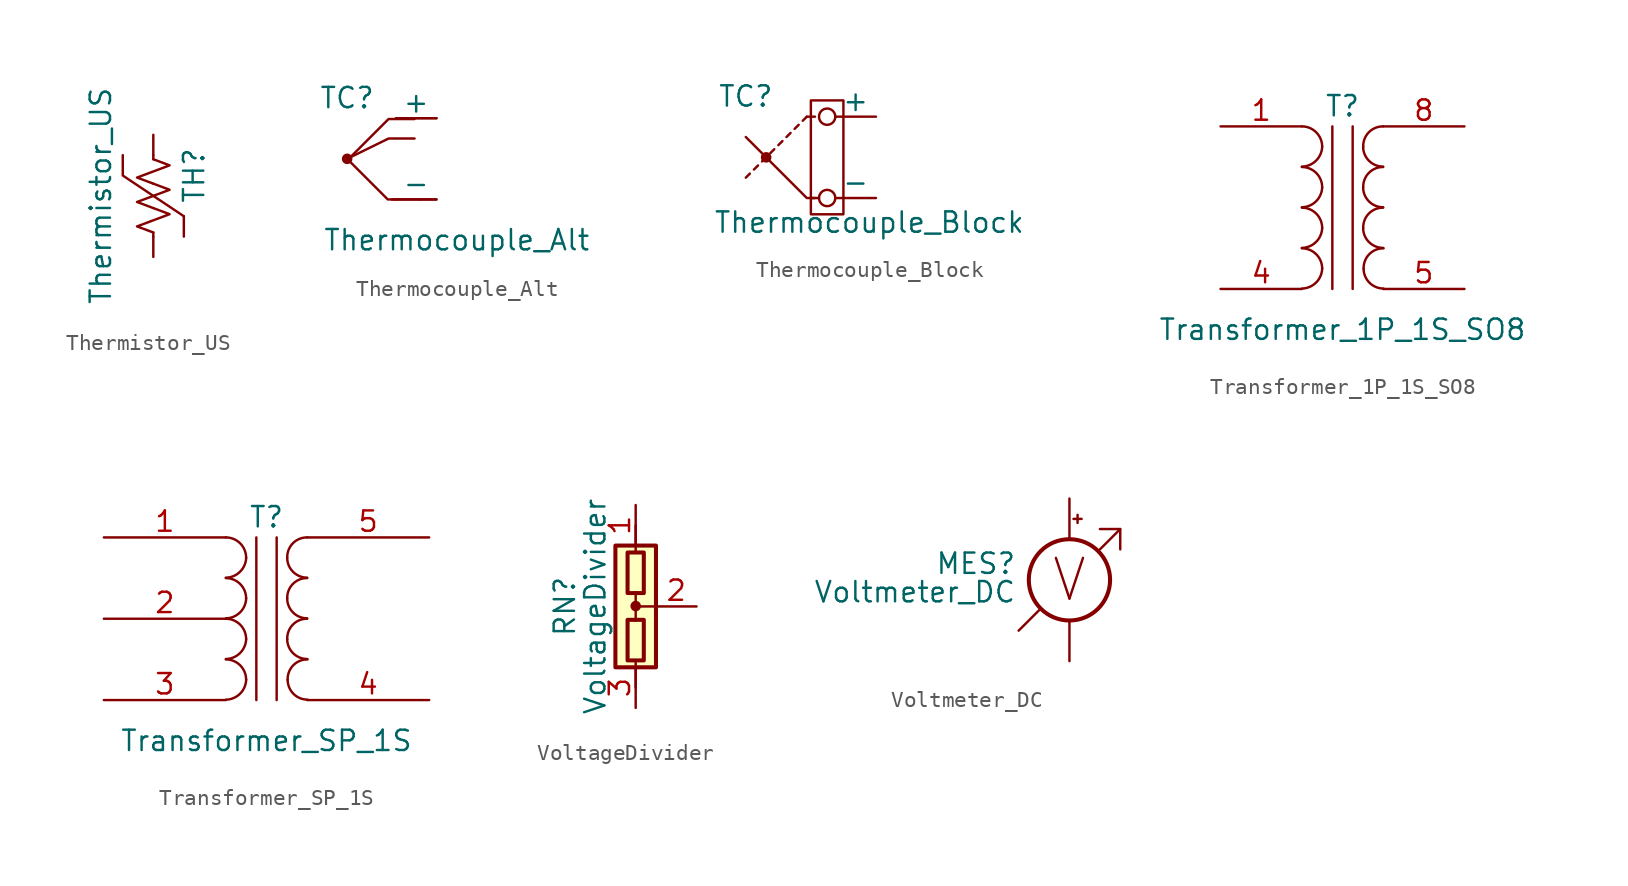
<source format=kicad_sym>
(kicad_symbol_lib
  (version 20211014)
  (generator kicad_symbol_editor)
  (symbol "Thermistor_US"
    (pin_numbers hide)
    (pin_names
      (offset 0))
    (property "Reference" "TH"
      (at 2.54 1.27 90)
      (effects (font (size 1.27 1.27))))
    (property "Value" "Thermistor_US"
      (at -2.54 0 90)
      (effects (font (size 1.27 1.27)) (justify bottom)))
    (symbol "Thermistor_US_0_1"
      (polyline (pts (xy 0 -2.286) (xy 0 -2.54)) (stroke (width 0) (type default) (color 0 0 0 0)) (fill (type none)))
      (polyline (pts (xy 0 2.286) (xy 0 2.54)) (stroke (width 0) (type default) (color 0 0 0 0)) (fill (type none)))
      (polyline (pts (xy 1.905 -1.27) (xy 1.905 -2.54)) (stroke (width 0) (type default) (color 0 0 0 0)) (fill (type none)))
      (polyline (pts (xy -1.905 2.54) (xy -1.905 1.27) (xy 1.905 -1.27)) (stroke (width 0) (type default) (color 0 0 0 0)) (fill (type none)))
      (polyline (pts (xy 0 -0.762) (xy 1.016 -1.143) (xy 0 -1.524) (xy -1.016 -1.905) (xy 0 -2.286)) (stroke (width 0) (type default) (color 0 0 0 0)) (fill (type none)))
      (polyline (pts (xy 0 0.762) (xy 1.016 0.381) (xy 0 0) (xy -1.016 -0.381) (xy 0 -0.762)) (stroke (width 0) (type default) (color 0 0 0 0)) (fill (type none)))
      (polyline (pts (xy 0 2.286) (xy 1.016 1.905) (xy 0 1.524) (xy -1.016 1.143) (xy 0 0.762)) (stroke (width 0) (type default) (color 0 0 0 0)) (fill (type none))))
    (symbol "Thermistor_US_1_1"
      (pin passive line (at 0 3.81 270) (length 1.27) (name "~" (effects (font (size 1.27 1.27)))) (number "1" (effects (font (size 1.27 1.27)))))
      (pin passive line (at 0 -3.81 90) (length 1.27) (name "~" (effects (font (size 1.27 1.27)))) (number "2" (effects (font (size 1.27 1.27)))))))
  (symbol "Thermocouple_Alt"
    (pin_numbers hide)
    (pin_names
      (offset 0))
    (property "Reference" "TC"
      (at -3.048 3.81 0)
      (effects (font (size 1.27 1.27))))
    (property "Value" "Thermocouple_Alt"
      (at -4.572 -5.08 0)
      (effects (font (size 1.27 1.27)) (justify left)))
    (symbol "Thermocouple_Alt_0_1"
      (circle (center -3.048 0) (radius 0.254) (stroke (width 0) (type default) (color 0 0 0 0)) (fill (type outline)))
      (polyline (pts (xy 0 -2.54) (xy -0.254 -2.54)) (stroke (width 0) (type default) (color 0 0 0 0)) (fill (type none)))
      (polyline (pts (xy 1.219 2.54) (xy 2.54 2.54)) (stroke (width 0) (type default) (color 0 0 0 0)) (fill (type none)))
      (polyline (pts (xy 1.524 -2.54) (xy 2.54 -2.54)) (stroke (width 0) (type default) (color 0 0 0 0)) (fill (type none)))
      (polyline (pts (xy 1.168 1.27) (xy -0.457 1.27) (xy -3.048 0)) (stroke (width 0) (type default) (color 0 0 0 0)) (fill (type none)))
      (polyline (pts (xy 1.168 2.489) (xy -0.457 2.489) (xy -2.997 -0.051)) (stroke (width 0) (type default) (color 0 0 0 0)) (fill (type none)))
      (polyline (pts (xy 1.524 -2.54) (xy -0.508 -2.54) (xy -3.048 0)) (stroke (width 0) (type default) (color 0 0 0 0)) (fill (type none))))
    (symbol "Thermocouple_Alt_1_1"
      (pin passive line (at 2.54 2.54 180) (length 2.54) (name "+" (effects (font (size 1.27 1.27)))) (number "1" (effects (font (size 1.27 1.27)))))
      (pin passive line (at 2.54 -2.54 180) (length 2.54) (name "-" (effects (font (size 1.27 1.27)))) (number "2" (effects (font (size 1.27 1.27)))))))
  (symbol "Thermocouple_Block"
    (pin_numbers hide)
    (pin_names
      (offset 0))
    (property "Reference" "TC"
      (at -3.048 3.81 0)
      (effects (font (size 1.27 1.27))))
    (property "Value" "Thermocouple_Block"
      (at -5.08 -4.064 0)
      (effects (font (size 1.27 1.27)) (justify left)))
    (symbol "Thermocouple_Block_0_1"
      (circle (center -1.778 0) (radius 0.254) (stroke (width 0) (type default) (color 0 0 0 0)) (fill (type outline)))
      (polyline (pts (xy -2.794 -1.016) (xy -3.048 -1.27)) (stroke (width 0) (type default) (color 0 0 0 0)) (fill (type none)))
      (polyline (pts (xy -2.286 -0.508) (xy -2.54 -0.762)) (stroke (width 0) (type default) (color 0 0 0 0)) (fill (type none)))
      (polyline (pts (xy -1.778 0) (xy -2.032 -0.254)) (stroke (width 0) (type default) (color 0 0 0 0)) (fill (type none)))
      (polyline (pts (xy -1.27 0.508) (xy -1.524 0.254)) (stroke (width 0) (type default) (color 0 0 0 0)) (fill (type none)))
      (polyline (pts (xy -0.762 1.016) (xy -1.016 0.762)) (stroke (width 0) (type default) (color 0 0 0 0)) (fill (type none)))
      (polyline (pts (xy -0.254 1.524) (xy -0.508 1.27)) (stroke (width 0) (type default) (color 0 0 0 0)) (fill (type none)))
      (polyline (pts (xy 0.254 2.032) (xy 0 1.778)) (stroke (width 0) (type default) (color 0 0 0 0)) (fill (type none)))
      (polyline (pts (xy 0.762 2.54) (xy 0.508 2.286)) (stroke (width 0) (type default) (color 0 0 0 0)) (fill (type none)))
      (polyline (pts (xy 1.27 -2.54) (xy 1.016 -2.54)) (stroke (width 0) (type default) (color 0 0 0 0)) (fill (type none)))
      (polyline (pts (xy 1.27 2.54) (xy 0.762 2.54)) (stroke (width 0) (type default) (color 0 0 0 0)) (fill (type none)))
      (polyline (pts (xy 1.524 -2.54) (xy 0.762 -2.54) (xy -3.048 1.27)) (stroke (width 0) (type default) (color 0 0 0 0)) (fill (type none)))
      (rectangle (start 1.016 3.556) (end 3.048 -3.556) (stroke (width 0) (type default) (color 0 0 0 0)) (fill (type none)))
      (circle (center 2.032 -2.54) (radius 0.508) (stroke (width 0) (type default) (color 0 0 0 0)) (fill (type none)))
      (circle (center 2.032 2.54) (radius 0.508) (stroke (width 0) (type default) (color 0 0 0 0)) (fill (type none))))
    (symbol "Thermocouple_Block_1_1"
      (pin passive line (at 5.08 2.54 180) (length 2.54) (name "+" (effects (font (size 1.27 1.27)))) (number "1" (effects (font (size 1.27 1.27)))))
      (pin passive line (at 5.08 -2.54 180) (length 2.54) (name "-" (effects (font (size 1.27 1.27)))) (number "2" (effects (font (size 1.27 1.27)))))))
  (symbol "Transformer_1P_1S_SO8"
    (pin_names
      (offset 1.016) hide)
    (property "Reference" "T"
      (at 0 6.35 0)
      (effects (font (size 1.27 1.27))))
    (property "Value" "Transformer_1P_1S_SO8"
      (at 0 -7.62 0)
      (effects (font (size 1.27 1.27))))
    (symbol "Transformer_1P_1S_SO8_0_1"
      (arc (start -2.54 -5.0546) (mid -1.6561 -4.6863) (end -1.27 -3.81) (stroke (width 0) (type default) (color 0 0 0 0)) (fill (type none)))
      (arc (start -2.54 -2.5146) (mid -1.6561 -2.1463) (end -1.27 -1.27) (stroke (width 0) (type default) (color 0 0 0 0)) (fill (type none)))
      (arc (start -2.54 0.0254) (mid -1.6561 0.3937) (end -1.27 1.27) (stroke (width 0) (type default) (color 0 0 0 0)) (fill (type none)))
      (arc (start -2.54 2.5654) (mid -1.6561 2.9337) (end -1.27 3.81) (stroke (width 0) (type default) (color 0 0 0 0)) (fill (type none)))
      (arc (start -1.27 -3.81) (mid -1.642 -2.912) (end -2.54 -2.54) (stroke (width 0) (type default) (color 0 0 0 0)) (fill (type none)))
      (arc (start -1.27 -1.27) (mid -1.642 -0.372) (end -2.54 0) (stroke (width 0) (type default) (color 0 0 0 0)) (fill (type none)))
      (arc (start -1.27 1.27) (mid -1.642 2.168) (end -2.54 2.54) (stroke (width 0) (type default) (color 0 0 0 0)) (fill (type none)))
      (arc (start -1.27 3.81) (mid -1.642 4.708) (end -2.54 5.08) (stroke (width 0) (type default) (color 0 0 0 0)) (fill (type none)))
      (polyline (pts (xy -0.635 5.08) (xy -0.635 -5.08)) (stroke (width 0) (type default) (color 0 0 0 0)) (fill (type none)))
      (polyline (pts (xy 0.635 -5.08) (xy 0.635 5.08)) (stroke (width 0) (type default) (color 0 0 0 0)) (fill (type none)))
      (arc (start 1.2954 -1.27) (mid 1.6599 -2.1501) (end 2.54 -2.5146) (stroke (width 0) (type default) (color 0 0 0 0)) (fill (type none)))
      (arc (start 1.2954 1.27) (mid 1.6599 0.3899) (end 2.54 0.0254) (stroke (width 0) (type default) (color 0 0 0 0)) (fill (type none)))
      (arc (start 1.2954 3.81) (mid 1.6599 2.9299) (end 2.54 2.5654) (stroke (width 0) (type default) (color 0 0 0 0)) (fill (type none)))
      (arc (start 1.3208 -3.81) (mid 1.6853 -4.6901) (end 2.5654 -5.0546) (stroke (width 0) (type default) (color 0 0 0 0)) (fill (type none)))
      (arc (start 2.54 0) (mid 1.6456 -0.3683) (end 1.2954 -1.27) (stroke (width 0) (type default) (color 0 0 0 0)) (fill (type none)))
      (arc (start 2.54 2.54) (mid 1.6456 2.1717) (end 1.2954 1.27) (stroke (width 0) (type default) (color 0 0 0 0)) (fill (type none)))
      (arc (start 2.54 5.08) (mid 1.6456 4.7117) (end 1.2954 3.81) (stroke (width 0) (type default) (color 0 0 0 0)) (fill (type none)))
      (arc (start 2.5654 -2.54) (mid 1.671 -2.9083) (end 1.3208 -3.81) (stroke (width 0) (type default) (color 0 0 0 0)) (fill (type none))))
    (symbol "Transformer_1P_1S_SO8_1_1"
      (pin passive line (at -7.62 5.08 0) (length 5.08) (name "AA" (effects (font (size 1.27 1.27)))) (number "1" (effects (font (size 1.27 1.27)))))
      (pin passive line (at -7.62 -5.08 0) (length 5.08) (name "AB" (effects (font (size 1.27 1.27)))) (number "4" (effects (font (size 1.27 1.27)))))
      (pin passive line (at 7.62 -5.08 180) (length 5.08) (name "SA" (effects (font (size 1.27 1.27)))) (number "5" (effects (font (size 1.27 1.27)))))
      (pin passive line (at 7.62 5.08 180) (length 5.08) (name "SB" (effects (font (size 1.27 1.27)))) (number "8" (effects (font (size 1.27 1.27)))))))
  (symbol "Transformer_SP_1S"
    (pin_names
      (offset 1.016) hide)
    (property "Reference" "T"
      (at 0 6.35 0)
      (effects (font (size 1.27 1.27))))
    (property "Value" "Transformer_SP_1S"
      (at 0 -7.62 0)
      (effects (font (size 1.27 1.27))))
    (symbol "Transformer_SP_1S_0_1"
      (arc (start -2.54 -5.0546) (mid -1.6561 -4.6863) (end -1.27 -3.81) (stroke (width 0) (type default) (color 0 0 0 0)) (fill (type none)))
      (arc (start -2.54 -2.5146) (mid -1.6561 -2.1463) (end -1.27 -1.27) (stroke (width 0) (type default) (color 0 0 0 0)) (fill (type none)))
      (arc (start -2.54 0.0254) (mid -1.6561 0.3937) (end -1.27 1.27) (stroke (width 0) (type default) (color 0 0 0 0)) (fill (type none)))
      (arc (start -2.54 2.5654) (mid -1.6561 2.9337) (end -1.27 3.81) (stroke (width 0) (type default) (color 0 0 0 0)) (fill (type none)))
      (arc (start -1.27 -3.81) (mid -1.642 -2.912) (end -2.54 -2.54) (stroke (width 0) (type default) (color 0 0 0 0)) (fill (type none)))
      (arc (start -1.27 -1.27) (mid -1.642 -0.372) (end -2.54 0) (stroke (width 0) (type default) (color 0 0 0 0)) (fill (type none)))
      (arc (start -1.27 1.27) (mid -1.642 2.168) (end -2.54 2.54) (stroke (width 0) (type default) (color 0 0 0 0)) (fill (type none)))
      (arc (start -1.27 3.81) (mid -1.642 4.708) (end -2.54 5.08) (stroke (width 0) (type default) (color 0 0 0 0)) (fill (type none)))
      (polyline (pts (xy -0.635 5.08) (xy -0.635 -5.08)) (stroke (width 0) (type default) (color 0 0 0 0)) (fill (type none)))
      (polyline (pts (xy 0.635 -5.08) (xy 0.635 5.08)) (stroke (width 0) (type default) (color 0 0 0 0)) (fill (type none)))
      (arc (start 1.2954 -1.27) (mid 1.6599 -2.1501) (end 2.54 -2.5146) (stroke (width 0) (type default) (color 0 0 0 0)) (fill (type none)))
      (arc (start 1.2954 1.27) (mid 1.6599 0.3899) (end 2.54 0.0254) (stroke (width 0) (type default) (color 0 0 0 0)) (fill (type none)))
      (arc (start 1.2954 3.81) (mid 1.6599 2.9299) (end 2.54 2.5654) (stroke (width 0) (type default) (color 0 0 0 0)) (fill (type none)))
      (arc (start 1.3208 -3.81) (mid 1.6853 -4.6901) (end 2.5654 -5.0546) (stroke (width 0) (type default) (color 0 0 0 0)) (fill (type none)))
      (arc (start 2.54 0) (mid 1.6456 -0.3683) (end 1.2954 -1.27) (stroke (width 0) (type default) (color 0 0 0 0)) (fill (type none)))
      (arc (start 2.54 2.54) (mid 1.6456 2.1717) (end 1.2954 1.27) (stroke (width 0) (type default) (color 0 0 0 0)) (fill (type none)))
      (arc (start 2.54 5.08) (mid 1.6456 4.7117) (end 1.2954 3.81) (stroke (width 0) (type default) (color 0 0 0 0)) (fill (type none)))
      (arc (start 2.5654 -2.54) (mid 1.671 -2.9083) (end 1.3208 -3.81) (stroke (width 0) (type default) (color 0 0 0 0)) (fill (type none))))
    (symbol "Transformer_SP_1S_1_1"
      (pin passive line (at -10.16 5.08 0) (length 7.62) (name "PR1" (effects (font (size 1.27 1.27)))) (number "1" (effects (font (size 1.27 1.27)))))
      (pin passive line (at -10.16 0 0) (length 7.62) (name "PM" (effects (font (size 1.27 1.27)))) (number "2" (effects (font (size 1.27 1.27)))))
      (pin passive line (at -10.16 -5.08 0) (length 7.62) (name "PR2" (effects (font (size 1.27 1.27)))) (number "3" (effects (font (size 1.27 1.27)))))
      (pin passive line (at 10.16 -5.08 180) (length 7.62) (name "S1" (effects (font (size 1.27 1.27)))) (number "4" (effects (font (size 1.27 1.27)))))
      (pin passive line (at 10.16 5.08 180) (length 7.62) (name "S2" (effects (font (size 1.27 1.27)))) (number "5" (effects (font (size 1.27 1.27)))))))
  (symbol "VoltageDivider"
    (pin_names
      (offset 0) hide)
    (property "Reference" "RN"
      (at -4.445 0 90)
      (effects (font (size 1.27 1.27))))
    (property "Value" "VoltageDivider"
      (at -2.54 0 90)
      (effects (font (size 1.27 1.27))))
    (symbol "VoltageDivider_0_1"
      (rectangle (start -1.27 -3.81) (end 1.27 3.81) (stroke (width 0.254) (type default) (color 0 0 0 0)) (fill (type background)))
      (rectangle (start -0.508 -3.378) (end 0.508 -0.838) (stroke (width 0.254) (type default) (color 0 0 0 0)) (fill (type none)))
      (rectangle (start -0.508 3.378) (end 0.508 0.838) (stroke (width 0.254) (type default) (color 0 0 0 0)) (fill (type none)))
      (polyline (pts (xy 0 -5.08) (xy 0 -3.429)) (stroke (width 0) (type default) (color 0 0 0 0)) (fill (type none)))
      (polyline (pts (xy 0 0.889) (xy 0 -0.889)) (stroke (width 0) (type default) (color 0 0 0 0)) (fill (type none)))
      (polyline (pts (xy 0 5.08) (xy 0 3.378)) (stroke (width 0) (type default) (color 0 0 0 0)) (fill (type none)))
      (polyline (pts (xy 1.27 0) (xy 0 0)) (stroke (width 0) (type default) (color 0 0 0 0)) (fill (type none)))
      (circle (center 0 0.025) (radius 0.254) (stroke (width 0) (type default) (color 0 0 0 0)) (fill (type outline))))
    (symbol "VoltageDivider_1_1"
      (pin passive line (at 0 6.35 270) (length 2.54) (name "~" (effects (font (size 1.27 1.27)))) (number "1" (effects (font (size 1.27 1.27)))))
      (pin passive line (at 3.81 0 180) (length 2.54) (name "~" (effects (font (size 1.27 1.27)))) (number "2" (effects (font (size 1.27 1.27)))))
      (pin passive line (at 0 -6.35 90) (length 2.54) (name "~" (effects (font (size 1.27 1.27)))) (number "3" (effects (font (size 1.27 1.27)))))))
  (symbol "Voltmeter_DC"
    (pin_numbers hide)
    (pin_names
      (offset 0.025) hide)
    (property "Reference" "MES"
      (at -3.302 1.016 0)
      (effects (font (size 1.27 1.27)) (justify right)))
    (property "Value" "Voltmeter_DC"
      (at -3.302 -0.762 0)
      (effects (font (size 1.27 1.27)) (justify right)))
    (symbol "Voltmeter_DC_0_0"
      (polyline (pts (xy -3.175 -3.175) (xy -1.905 -1.905)) (stroke (width 0) (type default) (color 0 0 0 0)) (fill (type none)))
      (polyline (pts (xy 1.905 1.905) (xy 3.175 3.175)) (stroke (width 0) (type default) (color 0 0 0 0)) (fill (type none)))
      (polyline (pts (xy 1.905 3.175) (xy 3.175 3.175) (xy 3.175 1.905)) (stroke (width 0) (type default) (color 0 0 0 0)) (fill (type none)))
      (text "V" (at 0 0 0) (effects (font (size 2.54 2.54)))))
    (symbol "Voltmeter_DC_0_1"
      (polyline (pts (xy 0.254 3.81) (xy 0.762 3.81)) (stroke (width 0) (type default) (color 0 0 0 0)) (fill (type none)))
      (polyline (pts (xy 0.508 4.064) (xy 0.508 3.556)) (stroke (width 0) (type default) (color 0 0 0 0)) (fill (type none)))
      (circle (center 0 0) (radius 2.54) (stroke (width 0.254) (type default) (color 0 0 0 0)) (fill (type none))))
    (symbol "Voltmeter_DC_1_1"
      (pin passive line (at 0 -5.08 90) (length 2.54) (name "-" (effects (font (size 1.27 1.27)))) (number "1" (effects (font (size 1.27 1.27)))))
      (pin passive line (at 0 5.08 270) (length 2.54) (name "+" (effects (font (size 1.27 1.27)))) (number "2" (effects (font (size 1.27 1.27))))))))
</source>
